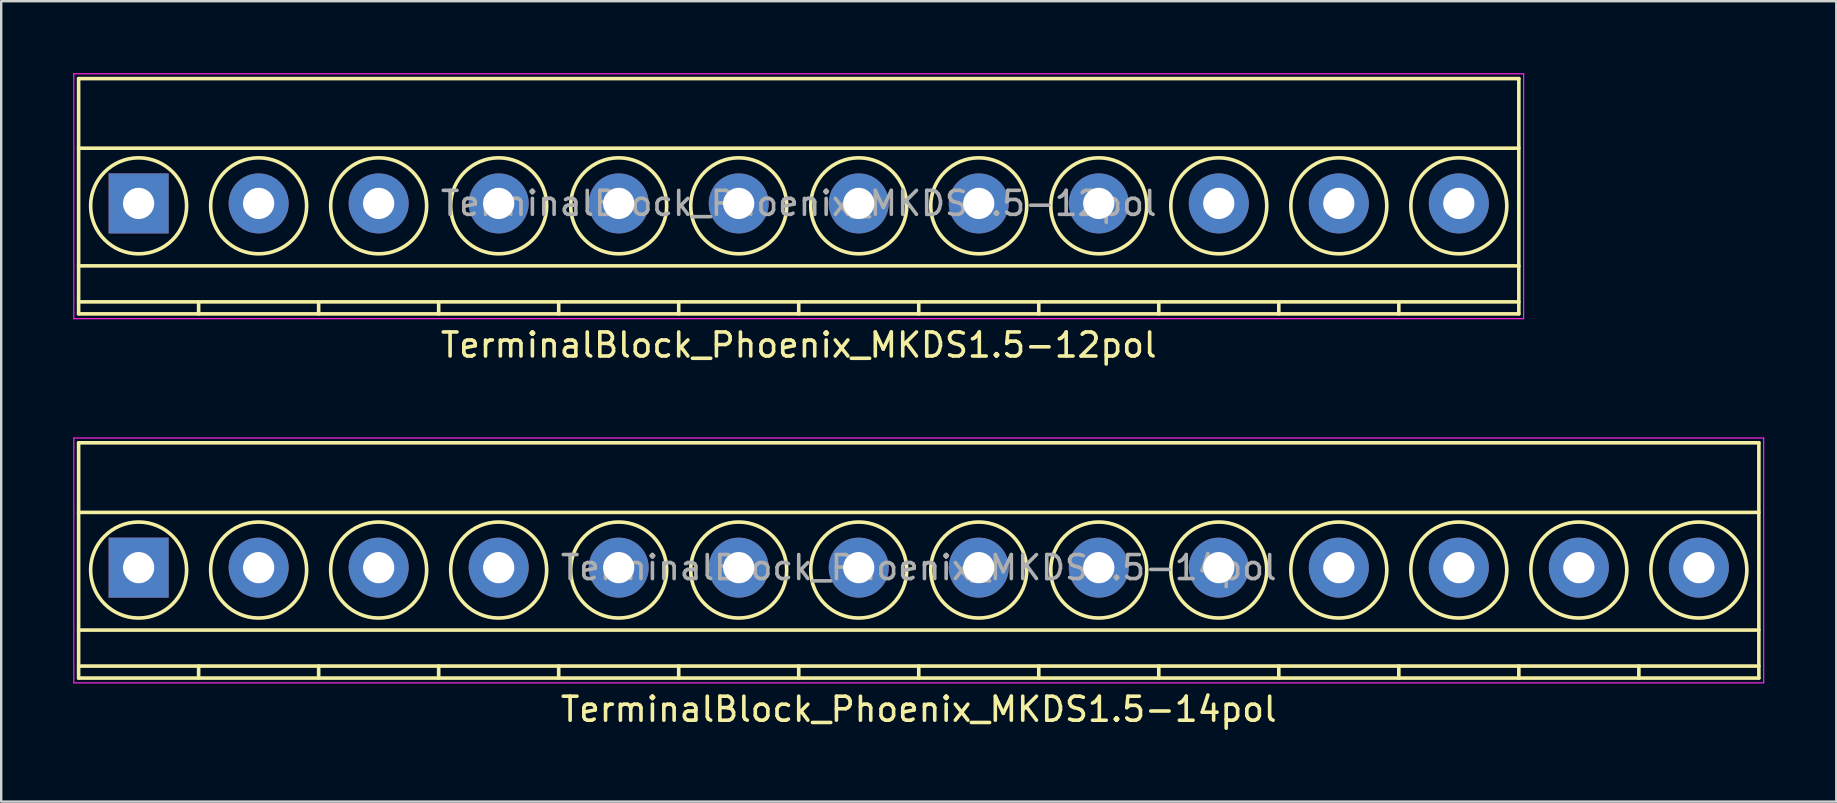
<source format=kicad_pcb>
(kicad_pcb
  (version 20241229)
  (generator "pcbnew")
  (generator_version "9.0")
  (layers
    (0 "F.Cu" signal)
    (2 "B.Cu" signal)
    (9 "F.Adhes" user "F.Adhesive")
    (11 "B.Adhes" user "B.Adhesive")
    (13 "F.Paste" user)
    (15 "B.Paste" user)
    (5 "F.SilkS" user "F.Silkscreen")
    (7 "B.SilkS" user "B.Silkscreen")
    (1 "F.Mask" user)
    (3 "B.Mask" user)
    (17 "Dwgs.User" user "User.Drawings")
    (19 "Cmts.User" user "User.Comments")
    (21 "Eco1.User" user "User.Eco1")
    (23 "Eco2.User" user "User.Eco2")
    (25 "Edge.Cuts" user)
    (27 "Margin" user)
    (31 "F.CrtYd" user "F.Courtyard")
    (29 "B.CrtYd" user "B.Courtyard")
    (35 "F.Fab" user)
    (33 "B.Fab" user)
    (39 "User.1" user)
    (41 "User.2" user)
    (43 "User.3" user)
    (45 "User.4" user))
  (footprint "TerminalBlock_Phoenix_MKDS1.5-14pol"
    (layer "F.Cu")
    (at 2.725 20.598)
    (property "Reference" "TerminalBlock_Phoenix_MKDS1.5-14pol" (at 32.5 5.9 0) (layer "F.SilkS") (effects (font (size 1 1) (thickness 0.15))))
    (attr through_hole)
    (fp_line (start -2.5 -5.2) (end -2.5 4.6) (stroke (width 0.15) (type solid)) (layer "F.SilkS"))
    (fp_line (start -2.5 -2.3) (end 67.5 -2.3) (stroke (width 0.15) (type solid)) (layer "F.SilkS"))
    (fp_line (start -2.5 2.6) (end 67.5 2.6) (stroke (width 0.15) (type solid)) (layer "F.SilkS"))
    (fp_line (start -2.5 4.1) (end 67.5 4.1) (stroke (width 0.15) (type solid)) (layer "F.SilkS"))
    (fp_line (start -2.5 4.6) (end 67.5 4.6) (stroke (width 0.15) (type solid)) (layer "F.SilkS"))
    (fp_line (start 2.5 4.1) (end 2.5 4.6) (stroke (width 0.15) (type solid)) (layer "F.SilkS"))
    (fp_line (start 7.5 4.1) (end 7.5 4.6) (stroke (width 0.15) (type solid)) (layer "F.SilkS"))
    (fp_line (start 12.5 4.1) (end 12.5 4.6) (stroke (width 0.15) (type solid)) (layer "F.SilkS"))
    (fp_line (start 17.5 4.1) (end 17.5 4.6) (stroke (width 0.15) (type solid)) (layer "F.SilkS"))
    (fp_line (start 22.5 4.1) (end 22.5 4.6) (stroke (width 0.15) (type solid)) (layer "F.SilkS"))
    (fp_line (start 27.5 4.1) (end 27.5 4.6) (stroke (width 0.15) (type solid)) (layer "F.SilkS"))
    (fp_line (start 32.5 4.1) (end 32.5 4.6) (stroke (width 0.15) (type solid)) (layer "F.SilkS"))
    (fp_line (start 37.5 4.1) (end 37.5 4.6) (stroke (width 0.15) (type solid)) (layer "F.SilkS"))
    (fp_line (start 42.5 4.1) (end 42.5 4.6) (stroke (width 0.15) (type solid)) (layer "F.SilkS"))
    (fp_line (start 47.5 4.1) (end 47.5 4.6) (stroke (width 0.15) (type solid)) (layer "F.SilkS"))
    (fp_line (start 52.5 4.1) (end 52.5 4.6) (stroke (width 0.15) (type solid)) (layer "F.SilkS"))
    (fp_line (start 57.5 4.1) (end 57.5 4.6) (stroke (width 0.15) (type solid)) (layer "F.SilkS"))
    (fp_line (start 62.5 4.1) (end 62.5 4.6) (stroke (width 0.15) (type solid)) (layer "F.SilkS"))
    (fp_line (start 67.5 -5.2) (end -2.5 -5.2) (stroke (width 0.15) (type solid)) (layer "F.SilkS"))
    (fp_line (start 67.5 4.6) (end 67.5 -5.2) (stroke (width 0.15) (type solid)) (layer "F.SilkS"))
    (fp_circle (center 0 0.1) (end 2 0.1) (stroke (width 0.15) (type solid)) (fill no) (layer "F.SilkS"))
    (fp_circle (center 5 0.1) (end 3 0.1) (stroke (width 0.15) (type solid)) (fill no) (layer "F.SilkS"))
    (fp_circle (center 10 0.1) (end 8 0.1) (stroke (width 0.15) (type solid)) (fill no) (layer "F.SilkS"))
    (fp_circle (center 15 0.1) (end 13 0.1) (stroke (width 0.15) (type solid)) (fill no) (layer "F.SilkS"))
    (fp_circle (center 20 0.1) (end 18 0.1) (stroke (width 0.15) (type solid)) (fill no) (layer "F.SilkS"))
    (fp_circle (center 25 0.1) (end 23 0.1) (stroke (width 0.15) (type solid)) (fill no) (layer "F.SilkS"))
    (fp_circle (center 30 0.1) (end 28 0.1) (stroke (width 0.15) (type solid)) (fill no) (layer "F.SilkS"))
    (fp_circle (center 35 0.1) (end 33 0.1) (stroke (width 0.15) (type solid)) (fill no) (layer "F.SilkS"))
    (fp_circle (center 40 0.1) (end 38 0.1) (stroke (width 0.15) (type solid)) (fill no) (layer "F.SilkS"))
    (fp_circle (center 45 0.1) (end 43 0.1) (stroke (width 0.15) (type solid)) (fill no) (layer "F.SilkS"))
    (fp_circle (center 50 0.1) (end 48 0.1) (stroke (width 0.15) (type solid)) (fill no) (layer "F.SilkS"))
    (fp_circle (center 55 0.1) (end 53 0.1) (stroke (width 0.15) (type solid)) (fill no) (layer "F.SilkS"))
    (fp_circle (center 60 0.1) (end 58 0.1) (stroke (width 0.15) (type solid)) (fill no) (layer "F.SilkS"))
    (fp_circle (center 65 0.1) (end 63 0.1) (stroke (width 0.15) (type solid)) (fill no) (layer "F.SilkS"))
    (fp_line (start -2.7 -5.4) (end 67.7 -5.4) (stroke (width 0.05) (type solid)) (layer "F.CrtYd"))
    (fp_line (start -2.7 4.8) (end -2.7 -5.4) (stroke (width 0.05) (type solid)) (layer "F.CrtYd"))
    (fp_line (start 67.7 -5.4) (end 67.7 4.8) (stroke (width 0.05) (type solid)) (layer "F.CrtYd"))
    (fp_line (start 67.7 4.8) (end -2.7 4.8) (stroke (width 0.05) (type solid)) (layer "F.CrtYd"))
    (fp_text user "${REFERENCE}" (at 32.5 0 0) (layer "F.Fab") (effects (font (size 1 1) (thickness 0.15))))
    (pad "1" thru_hole rect (at 0 0) (size 2.5 2.5) (drill 1.3) (layers "*.Cu" "*.Mask"))
    (pad "2" thru_hole circle (at 5 0) (size 2.5 2.5) (drill 1.3) (layers "*.Cu" "*.Mask"))
    (pad "3" thru_hole circle (at 10 0) (size 2.5 2.5) (drill 1.3) (layers "*.Cu" "*.Mask"))
    (pad "4" thru_hole circle (at 15 0) (size 2.5 2.5) (drill 1.3) (layers "*.Cu" "*.Mask"))
    (pad "5" thru_hole circle (at 20 0) (size 2.5 2.5) (drill 1.3) (layers "*.Cu" "*.Mask"))
    (pad "6" thru_hole circle (at 25 0) (size 2.5 2.5) (drill 1.3) (layers "*.Cu" "*.Mask"))
    (pad "7" thru_hole circle (at 30 0) (size 2.5 2.5) (drill 1.3) (layers "*.Cu" "*.Mask"))
    (pad "8" thru_hole circle (at 35 0) (size 2.5 2.5) (drill 1.3) (layers "*.Cu" "*.Mask"))
    (pad "9" thru_hole circle (at 40 0) (size 2.5 2.5) (drill 1.3) (layers "*.Cu" "*.Mask"))
    (pad "10" thru_hole circle (at 45 0) (size 2.5 2.5) (drill 1.3) (layers "*.Cu" "*.Mask"))
    (pad "11" thru_hole circle (at 50 0) (size 2.5 2.5) (drill 1.3) (layers "*.Cu" "*.Mask"))
    (pad "12" thru_hole circle (at 55 0) (size 2.5 2.5) (drill 1.3) (layers "*.Cu" "*.Mask"))
    (pad "13" thru_hole circle (at 60 0) (size 2.5 2.5) (drill 1.3) (layers "*.Cu" "*.Mask"))
    (pad "14" thru_hole circle (at 65 0) (size 2.5 2.5) (drill 1.3) (layers "*.Cu" "*.Mask")))
  (footprint "TerminalBlock_Phoenix_MKDS1.5-12pol"
    (layer "F.Cu")
    (at 2.725 5.425)
    (property "Reference" "TerminalBlock_Phoenix_MKDS1.5-12pol" (at 27.5 5.9 0) (layer "F.SilkS") (effects (font (size 1 1) (thickness 0.15))))
    (attr through_hole)
    (fp_line (start -2.5 -5.2) (end -2.5 4.6) (stroke (width 0.15) (type solid)) (layer "F.SilkS"))
    (fp_line (start -2.5 -2.3) (end 57.5 -2.3) (stroke (width 0.15) (type solid)) (layer "F.SilkS"))
    (fp_line (start -2.5 2.6) (end 57.5 2.6) (stroke (width 0.15) (type solid)) (layer "F.SilkS"))
    (fp_line (start -2.5 4.1) (end 57.5 4.1) (stroke (width 0.15) (type solid)) (layer "F.SilkS"))
    (fp_line (start -2.5 4.6) (end 57.5 4.6) (stroke (width 0.15) (type solid)) (layer "F.SilkS"))
    (fp_line (start 2.5 4.1) (end 2.5 4.6) (stroke (width 0.15) (type solid)) (layer "F.SilkS"))
    (fp_line (start 7.5 4.1) (end 7.5 4.6) (stroke (width 0.15) (type solid)) (layer "F.SilkS"))
    (fp_line (start 12.5 4.1) (end 12.5 4.6) (stroke (width 0.15) (type solid)) (layer "F.SilkS"))
    (fp_line (start 17.5 4.1) (end 17.5 4.6) (stroke (width 0.15) (type solid)) (layer "F.SilkS"))
    (fp_line (start 22.5 4.1) (end 22.5 4.6) (stroke (width 0.15) (type solid)) (layer "F.SilkS"))
    (fp_line (start 27.5 4.1) (end 27.5 4.6) (stroke (width 0.15) (type solid)) (layer "F.SilkS"))
    (fp_line (start 32.5 4.1) (end 32.5 4.6) (stroke (width 0.15) (type solid)) (layer "F.SilkS"))
    (fp_line (start 37.5 4.1) (end 37.5 4.6) (stroke (width 0.15) (type solid)) (layer "F.SilkS"))
    (fp_line (start 42.5 4.1) (end 42.5 4.6) (stroke (width 0.15) (type solid)) (layer "F.SilkS"))
    (fp_line (start 47.5 4.1) (end 47.5 4.6) (stroke (width 0.15) (type solid)) (layer "F.SilkS"))
    (fp_line (start 52.5 4.1) (end 52.5 4.6) (stroke (width 0.15) (type solid)) (layer "F.SilkS"))
    (fp_line (start 57.5 -5.2) (end -2.5 -5.2) (stroke (width 0.15) (type solid)) (layer "F.SilkS"))
    (fp_line (start 57.5 4.6) (end 57.5 -5.2) (stroke (width 0.15) (type solid)) (layer "F.SilkS"))
    (fp_circle (center 0 0.1) (end 2 0.1) (stroke (width 0.15) (type solid)) (fill no) (layer "F.SilkS"))
    (fp_circle (center 5 0.1) (end 3 0.1) (stroke (width 0.15) (type solid)) (fill no) (layer "F.SilkS"))
    (fp_circle (center 10 0.1) (end 8 0.1) (stroke (width 0.15) (type solid)) (fill no) (layer "F.SilkS"))
    (fp_circle (center 15 0.1) (end 13 0.1) (stroke (width 0.15) (type solid)) (fill no) (layer "F.SilkS"))
    (fp_circle (center 20 0.1) (end 18 0.1) (stroke (width 0.15) (type solid)) (fill no) (layer "F.SilkS"))
    (fp_circle (center 25 0.1) (end 23 0.1) (stroke (width 0.15) (type solid)) (fill no) (layer "F.SilkS"))
    (fp_circle (center 30 0.1) (end 28 0.1) (stroke (width 0.15) (type solid)) (fill no) (layer "F.SilkS"))
    (fp_circle (center 35 0.1) (end 33 0.1) (stroke (width 0.15) (type solid)) (fill no) (layer "F.SilkS"))
    (fp_circle (center 40 0.1) (end 38 0.1) (stroke (width 0.15) (type solid)) (fill no) (layer "F.SilkS"))
    (fp_circle (center 45 0.1) (end 43 0.1) (stroke (width 0.15) (type solid)) (fill no) (layer "F.SilkS"))
    (fp_circle (center 50 0.1) (end 48 0.1) (stroke (width 0.15) (type solid)) (fill no) (layer "F.SilkS"))
    (fp_circle (center 55 0.1) (end 53 0.1) (stroke (width 0.15) (type solid)) (fill no) (layer "F.SilkS"))
    (fp_line (start -2.7 -5.4) (end 57.7 -5.4) (stroke (width 0.05) (type solid)) (layer "F.CrtYd"))
    (fp_line (start -2.7 4.8) (end -2.7 -5.4) (stroke (width 0.05) (type solid)) (layer "F.CrtYd"))
    (fp_line (start 57.7 -5.4) (end 57.7 4.8) (stroke (width 0.05) (type solid)) (layer "F.CrtYd"))
    (fp_line (start 57.7 4.8) (end -2.7 4.8) (stroke (width 0.05) (type solid)) (layer "F.CrtYd"))
    (fp_text user "${REFERENCE}" (at 27.5 0 0) (layer "F.Fab") (effects (font (size 1 1) (thickness 0.15))))
    (pad "1" thru_hole rect (at 0 0) (size 2.5 2.5) (drill 1.3) (layers "*.Cu" "*.Mask"))
    (pad "2" thru_hole circle (at 5 0) (size 2.5 2.5) (drill 1.3) (layers "*.Cu" "*.Mask"))
    (pad "3" thru_hole circle (at 10 0) (size 2.5 2.5) (drill 1.3) (layers "*.Cu" "*.Mask"))
    (pad "4" thru_hole circle (at 15 0) (size 2.5 2.5) (drill 1.3) (layers "*.Cu" "*.Mask"))
    (pad "5" thru_hole circle (at 20 0) (size 2.5 2.5) (drill 1.3) (layers "*.Cu" "*.Mask"))
    (pad "6" thru_hole circle (at 25 0) (size 2.5 2.5) (drill 1.3) (layers "*.Cu" "*.Mask"))
    (pad "7" thru_hole circle (at 30 0) (size 2.5 2.5) (drill 1.3) (layers "*.Cu" "*.Mask"))
    (pad "8" thru_hole circle (at 35 0) (size 2.5 2.5) (drill 1.3) (layers "*.Cu" "*.Mask"))
    (pad "9" thru_hole circle (at 40 0) (size 2.5 2.5) (drill 1.3) (layers "*.Cu" "*.Mask"))
    (pad "10" thru_hole circle (at 45 0) (size 2.5 2.5) (drill 1.3) (layers "*.Cu" "*.Mask"))
    (pad "11" thru_hole circle (at 50 0) (size 2.5 2.5) (drill 1.3) (layers "*.Cu" "*.Mask"))
    (pad "12" thru_hole circle (at 55 0) (size 2.5 2.5) (drill 1.3) (layers "*.Cu" "*.Mask")))
  (gr_rect
    (start -3 -3)
    (end 73.45 30.346)
    (stroke (width 0.1) (type default))
    (fill no)
    (layer "Edge.Cuts")))
</source>
